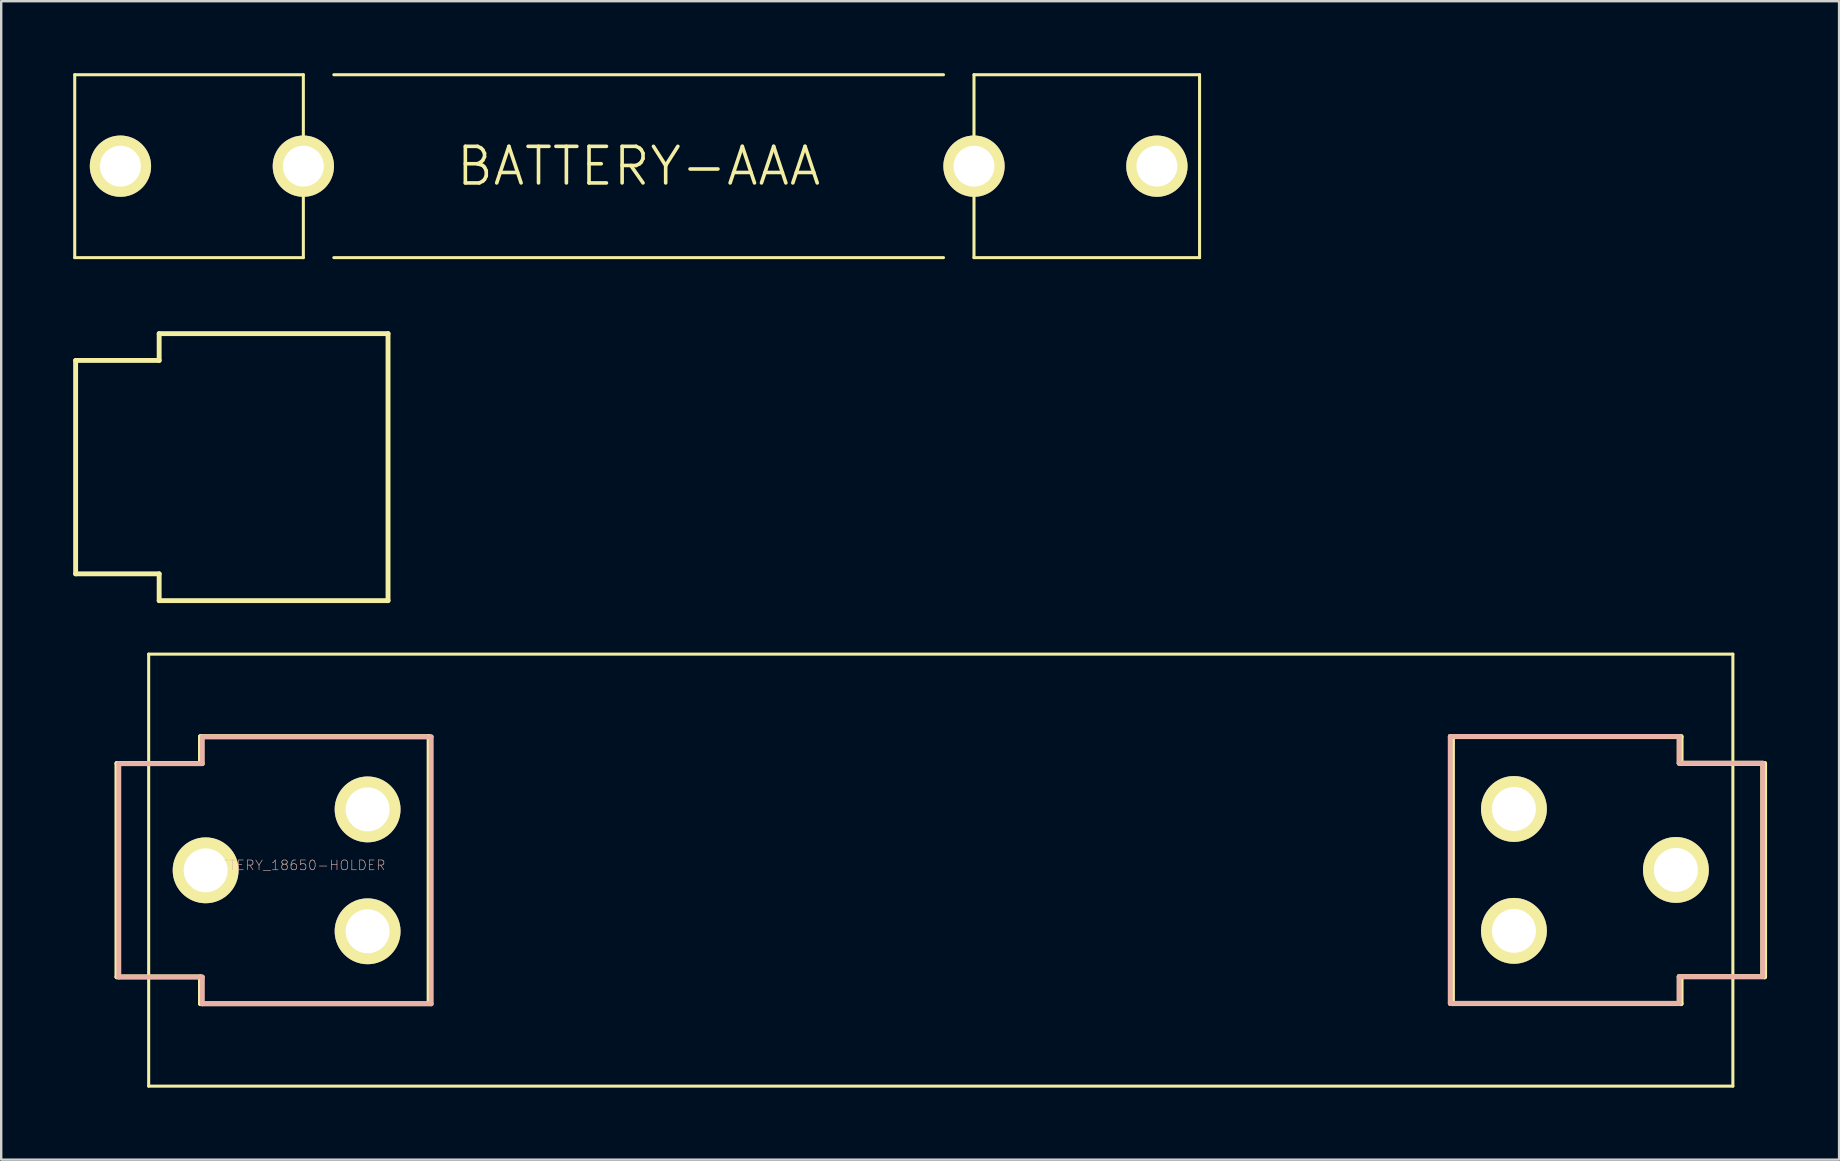
<source format=kicad_pcb>
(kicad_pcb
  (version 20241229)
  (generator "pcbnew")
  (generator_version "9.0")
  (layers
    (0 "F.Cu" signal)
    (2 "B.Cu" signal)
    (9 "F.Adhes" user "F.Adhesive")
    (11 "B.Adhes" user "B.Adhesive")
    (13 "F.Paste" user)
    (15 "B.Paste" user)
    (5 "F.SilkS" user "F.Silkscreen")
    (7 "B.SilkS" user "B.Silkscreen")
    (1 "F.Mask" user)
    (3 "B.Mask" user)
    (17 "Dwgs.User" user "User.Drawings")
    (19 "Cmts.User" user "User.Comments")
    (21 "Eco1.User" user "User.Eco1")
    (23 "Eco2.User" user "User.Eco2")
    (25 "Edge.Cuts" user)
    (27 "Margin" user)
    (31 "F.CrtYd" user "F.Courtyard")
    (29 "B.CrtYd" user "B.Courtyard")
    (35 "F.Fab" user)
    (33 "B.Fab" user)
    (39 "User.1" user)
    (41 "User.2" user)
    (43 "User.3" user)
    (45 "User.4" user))
  (footprint "BATTERY_18650-HOLDER"
    (layer "F.Cu")
    (at 36.144 33.201)
    (property "Reference" "BATTERY_18650-HOLDER" (at -26.924 -0.203 0) (layer "B.SilkS") (effects (font (size 0.406 0.406) (thickness 0.025))))
    (attr exclude_from_pos_files exclude_from_bom)
    (fp_line (start -36.043 -21.234) (end -32.563 -21.234) (stroke (width 0.203) (type solid)) (layer "F.SilkS"))
    (fp_line (start -36.043 -12.344) (end -36.043 -21.234) (stroke (width 0.203) (type solid)) (layer "F.SilkS"))
    (fp_line (start -34.323 -4.445) (end -30.843 -4.445) (stroke (width 0.203) (type solid)) (layer "F.SilkS"))
    (fp_line (start -34.323 4.445) (end -34.323 -4.445) (stroke (width 0.203) (type solid)) (layer "F.SilkS"))
    (fp_line (start -33 -8.999) (end -33 8.999) (stroke (width 0.127) (type solid)) (layer "F.SilkS"))
    (fp_line (start -33 -8.999) (end 33 -8.999) (stroke (width 0.127) (type solid)) (layer "F.SilkS"))
    (fp_line (start -32.563 -22.352) (end -23.028 -22.352) (stroke (width 0.203) (type solid)) (layer "F.SilkS"))
    (fp_line (start -32.563 -21.234) (end -32.563 -22.352) (stroke (width 0.203) (type solid)) (layer "F.SilkS"))
    (fp_line (start -32.563 -12.344) (end -36.043 -12.344) (stroke (width 0.203) (type solid)) (layer "F.SilkS"))
    (fp_line (start -32.563 -11.227) (end -32.563 -12.344) (stroke (width 0.203) (type solid)) (layer "F.SilkS"))
    (fp_line (start -30.843 -5.563) (end -21.318 -5.563) (stroke (width 0.203) (type solid)) (layer "F.SilkS"))
    (fp_line (start -30.843 -4.445) (end -30.843 -5.563) (stroke (width 0.203) (type solid)) (layer "F.SilkS"))
    (fp_line (start -30.843 4.445) (end -34.323 4.445) (stroke (width 0.203) (type solid)) (layer "F.SilkS"))
    (fp_line (start -30.843 5.563) (end -30.843 4.445) (stroke (width 0.203) (type solid)) (layer "F.SilkS"))
    (fp_line (start -23.028 -22.352) (end -23.028 -11.227) (stroke (width 0.203) (type solid)) (layer "F.SilkS"))
    (fp_line (start -23.028 -11.227) (end -32.563 -11.227) (stroke (width 0.203) (type solid)) (layer "F.SilkS"))
    (fp_line (start -21.318 -5.563) (end -21.318 5.563) (stroke (width 0.203) (type solid)) (layer "F.SilkS"))
    (fp_line (start -21.318 5.563) (end -30.843 5.563) (stroke (width 0.203) (type solid)) (layer "F.SilkS"))
    (fp_line (start 21.229 -5.57) (end 30.764 -5.57) (stroke (width 0.203) (type solid)) (layer "F.SilkS"))
    (fp_line (start 21.229 5.552) (end 21.229 -5.57) (stroke (width 0.203) (type solid)) (layer "F.SilkS"))
    (fp_line (start 21.318 -5.563) (end 30.843 -5.563) (stroke (width 0.203) (type solid)) (layer "F.SilkS"))
    (fp_line (start 21.318 5.563) (end 21.318 -5.563) (stroke (width 0.203) (type solid)) (layer "F.SilkS"))
    (fp_line (start 30.764 -5.57) (end 30.764 -4.453) (stroke (width 0.203) (type solid)) (layer "F.SilkS"))
    (fp_line (start 30.764 -4.453) (end 34.244 -4.453) (stroke (width 0.203) (type solid)) (layer "F.SilkS"))
    (fp_line (start 30.764 4.435) (end 30.764 5.552) (stroke (width 0.203) (type solid)) (layer "F.SilkS"))
    (fp_line (start 30.764 5.552) (end 21.229 5.552) (stroke (width 0.203) (type solid)) (layer "F.SilkS"))
    (fp_line (start 30.843 -5.563) (end 30.843 -4.445) (stroke (width 0.203) (type solid)) (layer "F.SilkS"))
    (fp_line (start 30.843 -4.445) (end 34.323 -4.445) (stroke (width 0.203) (type solid)) (layer "F.SilkS"))
    (fp_line (start 30.843 4.445) (end 30.843 5.563) (stroke (width 0.203) (type solid)) (layer "F.SilkS"))
    (fp_line (start 30.843 5.563) (end 21.318 5.563) (stroke (width 0.203) (type solid)) (layer "F.SilkS"))
    (fp_line (start 33 -8.999) (end 33 8.999) (stroke (width 0.127) (type solid)) (layer "F.SilkS"))
    (fp_line (start 33 8.999) (end -33 8.999) (stroke (width 0.127) (type solid)) (layer "F.SilkS"))
    (fp_line (start 34.244 -4.453) (end 34.244 4.435) (stroke (width 0.203) (type solid)) (layer "F.SilkS"))
    (fp_line (start 34.244 4.435) (end 30.764 4.435) (stroke (width 0.203) (type solid)) (layer "F.SilkS"))
    (fp_line (start 34.323 -4.445) (end 34.323 4.445) (stroke (width 0.203) (type solid)) (layer "F.SilkS"))
    (fp_line (start 34.323 4.445) (end 30.843 4.445) (stroke (width 0.203) (type solid)) (layer "F.SilkS"))
    (fp_line (start -34.244 -4.435) (end -30.764 -4.435) (stroke (width 0.203) (type solid)) (layer "B.SilkS"))
    (fp_line (start -34.244 4.453) (end -34.244 -4.435) (stroke (width 0.203) (type solid)) (layer "B.SilkS"))
    (fp_line (start -30.764 -5.552) (end -21.229 -5.552) (stroke (width 0.203) (type solid)) (layer "B.SilkS"))
    (fp_line (start -30.764 -4.435) (end -30.764 -5.552) (stroke (width 0.203) (type solid)) (layer "B.SilkS"))
    (fp_line (start -30.764 4.453) (end -34.244 4.453) (stroke (width 0.203) (type solid)) (layer "B.SilkS"))
    (fp_line (start -30.764 5.57) (end -30.764 4.453) (stroke (width 0.203) (type solid)) (layer "B.SilkS"))
    (fp_line (start -21.229 -5.552) (end -21.229 5.57) (stroke (width 0.203) (type solid)) (layer "B.SilkS"))
    (fp_line (start -21.229 5.57) (end -30.764 5.57) (stroke (width 0.203) (type solid)) (layer "B.SilkS"))
    (fp_line (start 21.229 -5.57) (end 30.764 -5.57) (stroke (width 0.203) (type solid)) (layer "B.SilkS"))
    (fp_line (start 21.229 5.552) (end 21.229 -5.57) (stroke (width 0.203) (type solid)) (layer "B.SilkS"))
    (fp_line (start 30.764 -5.57) (end 30.764 -4.453) (stroke (width 0.203) (type solid)) (layer "B.SilkS"))
    (fp_line (start 30.764 -4.453) (end 34.244 -4.453) (stroke (width 0.203) (type solid)) (layer "B.SilkS"))
    (fp_line (start 30.764 4.435) (end 30.764 5.552) (stroke (width 0.203) (type solid)) (layer "B.SilkS"))
    (fp_line (start 30.764 5.552) (end 21.229 5.552) (stroke (width 0.203) (type solid)) (layer "B.SilkS"))
    (fp_line (start 34.244 -4.453) (end 34.244 4.435) (stroke (width 0.203) (type solid)) (layer "B.SilkS"))
    (fp_line (start 34.244 4.435) (end 30.764 4.435) (stroke (width 0.203) (type solid)) (layer "B.SilkS"))
    (pad "GND@" thru_hole circle (at 23.879 -2.548) (size 2.743 2.743) (drill 1.829) (layers "*.Cu" "F.Mask" "F.SilkS" "F.Paste"))
    (pad "GND@" thru_hole circle (at 23.879 2.53) (size 2.743 2.743) (drill 1.829) (layers "*.Cu" "F.Mask" "F.SilkS" "F.Paste"))
    (pad "GND@" thru_hole circle (at 30.627 -0.008) (size 2.743 2.743) (drill 1.829) (layers "*.Cu" "F.Mask" "F.SilkS" "F.Paste"))
    (pad "PWR@" thru_hole circle (at -30.627 0.008) (size 2.743 2.743) (drill 1.829) (layers "*.Cu" "F.Mask" "F.SilkS" "F.Paste"))
    (pad "PWR@" thru_hole circle (at -23.879 -2.53) (size 2.743 2.743) (drill 1.829) (layers "*.Cu" "F.Mask" "F.SilkS" "F.Paste"))
    (pad "PWR@" thru_hole circle (at -23.879 2.548) (size 2.743 2.743) (drill 1.829) (layers "*.Cu" "F.Mask" "F.SilkS" "F.Paste")))
  (footprint "BATTERY-AAA"
    (layer "F.Cu")
    (at 23.558 3.873)
    (property "Reference" "BATTERY-AAA" (at 0 0 0) (layer "F.SilkS") (effects (font (size 1.524 1.524) (thickness 0.15))))
    (attr exclude_from_pos_files exclude_from_bom)
    (fp_line (start -23.495 -3.81) (end -13.97 -3.81) (stroke (width 0.127) (type solid)) (layer "F.SilkS"))
    (fp_line (start -23.495 3.81) (end -23.495 -3.81) (stroke (width 0.127) (type solid)) (layer "F.SilkS"))
    (fp_line (start -13.97 -3.81) (end -13.97 3.81) (stroke (width 0.127) (type solid)) (layer "F.SilkS"))
    (fp_line (start -13.97 3.81) (end -23.495 3.81) (stroke (width 0.127) (type solid)) (layer "F.SilkS"))
    (fp_line (start -12.7 -3.81) (end 12.7 -3.81) (stroke (width 0.127) (type solid)) (layer "F.SilkS"))
    (fp_line (start 12.7 3.81) (end -12.7 3.81) (stroke (width 0.127) (type solid)) (layer "F.SilkS"))
    (fp_line (start 13.97 -3.81) (end 13.97 3.81) (stroke (width 0.127) (type solid)) (layer "F.SilkS"))
    (fp_line (start 13.97 3.81) (end 23.368 3.81) (stroke (width 0.127) (type solid)) (layer "F.SilkS"))
    (fp_line (start 23.368 -3.81) (end 13.97 -3.81) (stroke (width 0.127) (type solid)) (layer "F.SilkS"))
    (fp_line (start 23.368 3.81) (end 23.368 -3.81) (stroke (width 0.127) (type solid)) (layer "F.SilkS"))
    (pad "GND@" thru_hole circle (at 13.97 0) (size 2.553 2.553) (drill 1.702) (layers "*.Cu" "F.Mask" "F.SilkS" "F.Paste"))
    (pad "GND@" thru_hole circle (at 21.59 0) (size 2.553 2.553) (drill 1.702) (layers "*.Cu" "F.Mask" "F.SilkS" "F.Paste"))
    (pad "PWR@" thru_hole circle (at -21.59 0) (size 2.553 2.553) (drill 1.702) (layers "*.Cu" "F.Mask" "F.SilkS" "F.Paste"))
    (pad "PWR@" thru_hole circle (at -13.97 0) (size 2.553 2.553) (drill 1.702) (layers "*.Cu" "F.Mask" "F.SilkS" "F.Paste")))
  (gr_rect
    (start -3 -3)
    (end 73.569 45.263)
    (stroke (width 0.1) (type default))
    (fill no)
    (layer "Edge.Cuts")))
</source>
